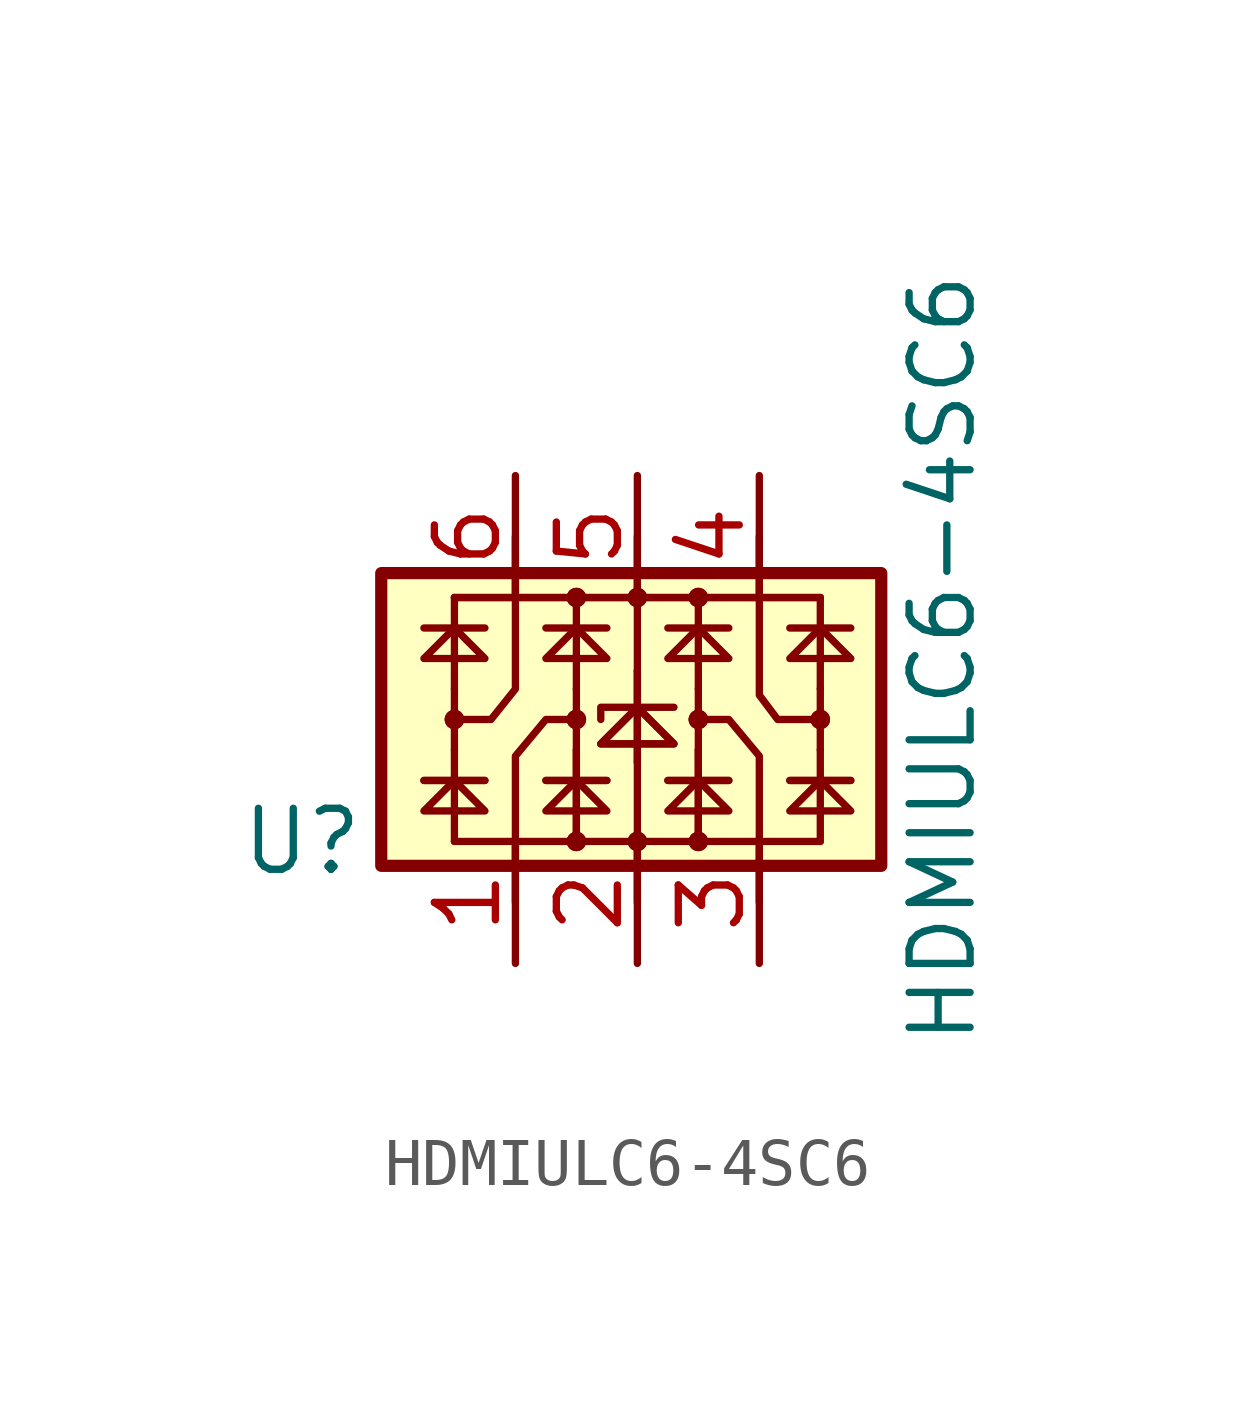
<source format=kicad_sym>
(kicad_symbol_lib
  (version 20211014)
  (generator kicad_symbol_editor)
  (symbol "HDMIULC6-4SC6"
    (property "Reference" "U"
      (at -6.985 -2.54 0)
      (effects (font (size 1.27 1.27))))
    (property "Value" "HDMIULC6-4SC6"
      (at 6.35 1.27 90)
      (effects (font (size 1.27 1.27))))
    (symbol "HDMIULC6-4SC6_0_1"
      (rectangle (start -5.334 3.048) (end 5.08 -3.048) (stroke (width 0.254) (type default) (color 0 0 0 0)) (fill (type background)))
      (circle (center -3.81 0) (radius 0.127) (stroke (width 0) (type default) (color 0 0 0 0)) (fill (type none)))
      (circle (center -3.81 0) (radius 0.127) (stroke (width 0) (type default) (color 0 0 0 0)) (fill (type none)))
      (circle (center -1.27 -2.54) (radius 0.127) (stroke (width 0) (type default) (color 0 0 0 0)) (fill (type none)))
      (circle (center -1.27 -2.54) (radius 0.127) (stroke (width 0) (type default) (color 0 0 0 0)) (fill (type none)))
      (circle (center -1.27 0) (radius 0.127) (stroke (width 0) (type default) (color 0 0 0 0)) (fill (type none)))
      (circle (center -1.27 0) (radius 0.127) (stroke (width 0) (type default) (color 0 0 0 0)) (fill (type none)))
      (circle (center -1.27 2.54) (radius 0.127) (stroke (width 0) (type default) (color 0 0 0 0)) (fill (type none)))
      (circle (center -1.27 2.54) (radius 0.127) (stroke (width 0) (type default) (color 0 0 0 0)) (fill (type none)))
      (circle (center 0 -2.54) (radius 0.127) (stroke (width 0) (type default) (color 0 0 0 0)) (fill (type none)))
      (circle (center 0 -2.54) (radius 0.127) (stroke (width 0) (type default) (color 0 0 0 0)) (fill (type none)))
      (polyline (pts (xy -4.445 -1.27) (xy -3.175 -1.27)) (stroke (width 0) (type default) (color 0 0 0 0)) (fill (type none)))
      (polyline (pts (xy -4.445 -1.27) (xy -3.175 -1.27)) (stroke (width 0) (type default) (color 0 0 0 0)) (fill (type none)))
      (polyline (pts (xy -4.445 1.905) (xy -3.175 1.905)) (stroke (width 0) (type default) (color 0 0 0 0)) (fill (type none)))
      (polyline (pts (xy -3.81 -2.54) (xy -3.81 -0.635)) (stroke (width 0) (type default) (color 0 0 0 0)) (fill (type none)))
      (polyline (pts (xy -3.81 -2.54) (xy 3.81 -2.54)) (stroke (width 0) (type default) (color 0 0 0 0)) (fill (type none)))
      (polyline (pts (xy -3.81 -0.635) (xy -3.81 0.635)) (stroke (width 0) (type default) (color 0 0 0 0)) (fill (type none)))
      (polyline (pts (xy -3.81 0.635) (xy -3.81 2.54)) (stroke (width 0) (type default) (color 0 0 0 0)) (fill (type none)))
      (polyline (pts (xy -3.81 2.54) (xy 3.81 2.54)) (stroke (width 0) (type default) (color 0 0 0 0)) (fill (type none)))
      (polyline (pts (xy -3.81 2.54) (xy 3.81 2.54)) (stroke (width 0) (type default) (color 0 0 0 0)) (fill (type none)))
      (polyline (pts (xy -1.905 -1.27) (xy -0.635 -1.27)) (stroke (width 0) (type default) (color 0 0 0 0)) (fill (type none)))
      (polyline (pts (xy -1.905 -1.27) (xy -0.635 -1.27)) (stroke (width 0) (type default) (color 0 0 0 0)) (fill (type none)))
      (polyline (pts (xy -1.905 1.905) (xy -0.635 1.905)) (stroke (width 0) (type default) (color 0 0 0 0)) (fill (type none)))
      (polyline (pts (xy -1.27 -2.54) (xy -1.27 -0.635)) (stroke (width 0) (type default) (color 0 0 0 0)) (fill (type none)))
      (polyline (pts (xy -1.27 -2.54) (xy -1.27 -0.635)) (stroke (width 0) (type default) (color 0 0 0 0)) (fill (type none)))
      (polyline (pts (xy -1.27 0.635) (xy -1.27 -0.635)) (stroke (width 0) (type default) (color 0 0 0 0)) (fill (type none)))
      (polyline (pts (xy -1.27 0.635) (xy -1.27 2.54)) (stroke (width 0) (type default) (color 0 0 0 0)) (fill (type none)))
      (polyline (pts (xy 0 -0.889) (xy 0 -3.81)) (stroke (width 0) (type default) (color 0 0 0 0)) (fill (type none)))
      (polyline (pts (xy 0 -0.889) (xy 0 1.016)) (stroke (width 0) (type default) (color 0 0 0 0)) (fill (type none)))
      (polyline (pts (xy 0 -0.889) (xy 0 1.016)) (stroke (width 0) (type default) (color 0 0 0 0)) (fill (type none)))
      (polyline (pts (xy 0 1.016) (xy 0 3.81)) (stroke (width 0) (type default) (color 0 0 0 0)) (fill (type none)))
      (polyline (pts (xy 0.635 -1.27) (xy 1.905 -1.27)) (stroke (width 0) (type default) (color 0 0 0 0)) (fill (type none)))
      (polyline (pts (xy 0.635 -1.27) (xy 1.905 -1.27)) (stroke (width 0) (type default) (color 0 0 0 0)) (fill (type none)))
      (polyline (pts (xy 0.635 1.905) (xy 1.905 1.905)) (stroke (width 0) (type default) (color 0 0 0 0)) (fill (type none)))
      (polyline (pts (xy 1.27 -2.54) (xy 1.27 -0.635)) (stroke (width 0) (type default) (color 0 0 0 0)) (fill (type none)))
      (polyline (pts (xy 1.27 -2.54) (xy 1.27 -0.635)) (stroke (width 0) (type default) (color 0 0 0 0)) (fill (type none)))
      (polyline (pts (xy 1.27 0.635) (xy 1.27 -0.635)) (stroke (width 0) (type default) (color 0 0 0 0)) (fill (type none)))
      (polyline (pts (xy 1.27 0.635) (xy 1.27 2.54)) (stroke (width 0) (type default) (color 0 0 0 0)) (fill (type none)))
      (polyline (pts (xy 3.175 -1.27) (xy 4.445 -1.27)) (stroke (width 0) (type default) (color 0 0 0 0)) (fill (type none)))
      (polyline (pts (xy 3.175 -1.27) (xy 4.445 -1.27)) (stroke (width 0) (type default) (color 0 0 0 0)) (fill (type none)))
      (polyline (pts (xy 3.175 1.905) (xy 4.445 1.905)) (stroke (width 0) (type default) (color 0 0 0 0)) (fill (type none)))
      (polyline (pts (xy 3.81 -2.54) (xy 3.81 -0.635)) (stroke (width 0) (type default) (color 0 0 0 0)) (fill (type none)))
      (polyline (pts (xy 3.81 0.635) (xy 3.81 -0.635)) (stroke (width 0) (type default) (color 0 0 0 0)) (fill (type none)))
      (polyline (pts (xy 3.81 0.635) (xy 3.81 2.54)) (stroke (width 0) (type default) (color 0 0 0 0)) (fill (type none)))
      (polyline (pts (xy 0.762 0.254) (xy -0.762 0.254) (xy -0.762 0)) (stroke (width 0) (type default) (color 0 0 0 0)) (fill (type none)))
      (polyline (pts (xy -4.445 -1.905) (xy -3.175 -1.905) (xy -3.81 -1.27) (xy -4.445 -1.905)) (stroke (width 0) (type default) (color 0 0 0 0)) (fill (type none)))
      (polyline (pts (xy -4.445 1.27) (xy -3.175 1.27) (xy -3.81 1.905) (xy -4.445 1.27)) (stroke (width 0) (type default) (color 0 0 0 0)) (fill (type none)))
      (polyline (pts (xy -2.54 -3.81) (xy -2.54 -0.762) (xy -1.905 0) (xy -1.27 0)) (stroke (width 0) (type default) (color 0 0 0 0)) (fill (type none)))
      (polyline (pts (xy -2.54 3.81) (xy -2.54 0.635) (xy -3.048 0) (xy -3.937 0)) (stroke (width 0) (type default) (color 0 0 0 0)) (fill (type none)))
      (polyline (pts (xy -1.905 -1.905) (xy -0.635 -1.905) (xy -1.27 -1.27) (xy -1.905 -1.905)) (stroke (width 0) (type default) (color 0 0 0 0)) (fill (type none)))
      (polyline (pts (xy -1.905 1.27) (xy -0.635 1.27) (xy -1.27 1.905) (xy -1.905 1.27)) (stroke (width 0) (type default) (color 0 0 0 0)) (fill (type none)))
      (polyline (pts (xy -0.762 -0.508) (xy 0.762 -0.508) (xy 0 0.254) (xy -0.762 -0.508)) (stroke (width 0) (type default) (color 0 0 0 0)) (fill (type none)))
      (polyline (pts (xy -0.762 -0.508) (xy 0.762 -0.508) (xy 0 0.254) (xy -0.762 -0.508)) (stroke (width 0) (type default) (color 0 0 0 0)) (fill (type none)))
      (polyline (pts (xy 0.635 -1.905) (xy 1.905 -1.905) (xy 1.27 -1.27) (xy 0.635 -1.905)) (stroke (width 0) (type default) (color 0 0 0 0)) (fill (type none)))
      (polyline (pts (xy 0.635 1.27) (xy 1.905 1.27) (xy 1.27 1.905) (xy 0.635 1.27)) (stroke (width 0) (type default) (color 0 0 0 0)) (fill (type none)))
      (polyline (pts (xy 2.54 -3.81) (xy 2.54 -0.762) (xy 1.905 0) (xy 1.143 0)) (stroke (width 0) (type default) (color 0 0 0 0)) (fill (type none)))
      (polyline (pts (xy 2.54 3.81) (xy 2.54 0.508) (xy 2.921 0) (xy 3.81 0)) (stroke (width 0) (type default) (color 0 0 0 0)) (fill (type none)))
      (polyline (pts (xy 3.175 -1.905) (xy 4.445 -1.905) (xy 3.81 -1.27) (xy 3.175 -1.905)) (stroke (width 0) (type default) (color 0 0 0 0)) (fill (type none)))
      (polyline (pts (xy 3.175 1.27) (xy 4.445 1.27) (xy 3.81 1.905) (xy 3.175 1.27)) (stroke (width 0) (type default) (color 0 0 0 0)) (fill (type none)))
      (circle (center 0 2.54) (radius 0.127) (stroke (width 0) (type default) (color 0 0 0 0)) (fill (type none)))
      (circle (center 0 2.54) (radius 0.127) (stroke (width 0) (type default) (color 0 0 0 0)) (fill (type none)))
      (circle (center 1.27 -2.54) (radius 0.127) (stroke (width 0) (type default) (color 0 0 0 0)) (fill (type none)))
      (circle (center 1.27 -2.54) (radius 0.127) (stroke (width 0) (type default) (color 0 0 0 0)) (fill (type none)))
      (circle (center 1.27 0) (radius 0.127) (stroke (width 0) (type default) (color 0 0 0 0)) (fill (type none)))
      (circle (center 1.27 0) (radius 0.127) (stroke (width 0) (type default) (color 0 0 0 0)) (fill (type none)))
      (circle (center 1.27 2.54) (radius 0.127) (stroke (width 0) (type default) (color 0 0 0 0)) (fill (type none)))
      (circle (center 1.27 2.54) (radius 0.127) (stroke (width 0) (type default) (color 0 0 0 0)) (fill (type none)))
      (circle (center 3.81 0) (radius 0.127) (stroke (width 0) (type default) (color 0 0 0 0)) (fill (type none)))
      (circle (center 3.81 0) (radius 0.127) (stroke (width 0) (type default) (color 0 0 0 0)) (fill (type none))))
    (symbol "HDMIULC6-4SC6_1_1"
      (pin passive line (at -2.54 -5.08 90) (length 2.54) (name "~" (effects (font (size 1.27 1.27)))) (number "1" (effects (font (size 1.27 1.27)))))
      (pin passive line (at 0 -5.08 90) (length 2.54) (name "~" (effects (font (size 1.27 1.27)))) (number "2" (effects (font (size 1.27 1.27)))))
      (pin passive line (at 2.54 -5.08 90) (length 2.54) (name "~" (effects (font (size 1.27 1.27)))) (number "3" (effects (font (size 1.27 1.27)))))
      (pin passive line (at 2.54 5.08 270) (length 2.54) (name "~" (effects (font (size 1.27 1.27)))) (number "4" (effects (font (size 1.27 1.27)))))
      (pin passive line (at 0 5.08 270) (length 2.54) (name "~" (effects (font (size 1.27 1.27)))) (number "5" (effects (font (size 1.27 1.27)))))
      (pin passive line (at -2.54 5.08 270) (length 2.54) (name "~" (effects (font (size 1.27 1.27)))) (number "6" (effects (font (size 1.27 1.27))))))))
</source>
